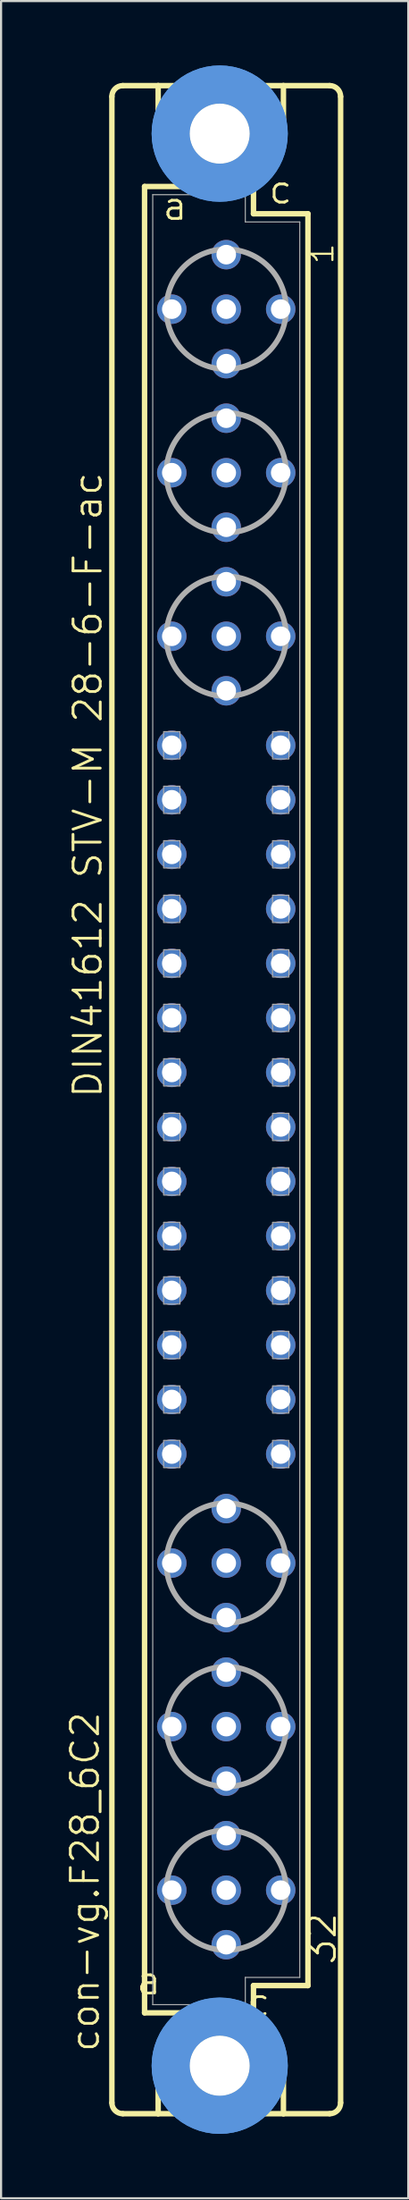
<source format=kicad_pcb>
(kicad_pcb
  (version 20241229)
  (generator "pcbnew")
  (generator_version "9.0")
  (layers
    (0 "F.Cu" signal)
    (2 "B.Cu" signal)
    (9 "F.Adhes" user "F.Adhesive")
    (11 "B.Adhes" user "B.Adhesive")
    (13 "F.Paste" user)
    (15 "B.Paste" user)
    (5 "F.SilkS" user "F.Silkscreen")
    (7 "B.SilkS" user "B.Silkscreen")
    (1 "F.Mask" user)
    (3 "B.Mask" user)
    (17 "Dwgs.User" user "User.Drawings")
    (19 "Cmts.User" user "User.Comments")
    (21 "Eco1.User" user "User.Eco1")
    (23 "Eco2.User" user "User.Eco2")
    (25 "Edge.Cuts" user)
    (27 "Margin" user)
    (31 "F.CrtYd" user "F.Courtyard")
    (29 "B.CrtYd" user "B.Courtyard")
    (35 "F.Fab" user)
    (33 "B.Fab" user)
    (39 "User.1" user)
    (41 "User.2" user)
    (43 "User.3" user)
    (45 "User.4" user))
  (footprint "con-vg.F28_6C2"
    (layer "F.Cu")
    (at 7.502 48.184)
    (property "Reference" "con-vg.F28_6C2" (at -5.842 44.45 90) (layer "F.SilkS") (effects (font (size 1.27 1.27) (thickness 0.13)) (justify left bottom)))
    (attr through_hole)
    (fp_line (start -5.334 46.736) (end -5.334 -46.736) (stroke (width 0.254) (type default)) (layer "F.SilkS"))
    (fp_line (start -4.826 -47.244) (end -3.175 -47.244) (stroke (width 0.254) (type default)) (layer "F.SilkS"))
    (fp_line (start -4.826 47.244) (end -3.175 47.244) (stroke (width 0.254) (type default)) (layer "F.SilkS"))
    (fp_line (start -3.81 -42.545) (end -3.81 42.545) (stroke (width 0.254) (type default)) (layer "F.SilkS"))
    (fp_line (start -3.81 42.545) (end -1.651 42.545) (stroke (width 0.254) (type default)) (layer "F.SilkS"))
    (fp_line (start -3.175 -47.244) (end -3.175 -44.45) (stroke (width 0.254) (type default)) (layer "F.SilkS"))
    (fp_line (start -3.175 47.244) (end -3.175 44.45) (stroke (width 0.254) (type default)) (layer "F.SilkS"))
    (fp_line (start -3.175 47.244) (end 2.667 47.244) (stroke (width 0.254) (type default)) (layer "F.SilkS"))
    (fp_line (start -1.651 -42.545) (end -3.81 -42.545) (stroke (width 0.254) (type default)) (layer "F.SilkS"))
    (fp_line (start -1.651 -42.545) (end -3.175 -44.45) (stroke (width 0.254) (type default)) (layer "F.SilkS"))
    (fp_line (start -1.651 42.545) (end -3.175 44.45) (stroke (width 0.254) (type default)) (layer "F.SilkS"))
    (fp_line (start -1.651 42.545) (end 1.143 42.545) (stroke (width 0.254) (type default)) (layer "F.SilkS"))
    (fp_line (start 1.143 -42.545) (end -1.651 -42.545) (stroke (width 0.254) (type default)) (layer "F.SilkS"))
    (fp_line (start 1.143 -42.545) (end 2.667 -44.45) (stroke (width 0.254) (type default)) (layer "F.SilkS"))
    (fp_line (start 1.143 42.545) (end 1.27 42.545) (stroke (width 0.254) (type default)) (layer "F.SilkS"))
    (fp_line (start 1.143 42.545) (end 2.667 44.45) (stroke (width 0.254) (type default)) (layer "F.SilkS"))
    (fp_line (start 1.27 -42.545) (end 1.143 -42.545) (stroke (width 0.254) (type default)) (layer "F.SilkS"))
    (fp_line (start 1.27 -41.275) (end 1.27 -42.545) (stroke (width 0.254) (type default)) (layer "F.SilkS"))
    (fp_line (start 1.27 41.275) (end 3.81 41.275) (stroke (width 0.254) (type default)) (layer "F.SilkS"))
    (fp_line (start 1.27 42.545) (end 1.27 41.275) (stroke (width 0.254) (type default)) (layer "F.SilkS"))
    (fp_line (start 2.667 -47.244) (end -3.175 -47.244) (stroke (width 0.254) (type default)) (layer "F.SilkS"))
    (fp_line (start 2.667 -47.244) (end 2.667 -44.45) (stroke (width 0.254) (type default)) (layer "F.SilkS"))
    (fp_line (start 2.667 47.244) (end 2.667 44.45) (stroke (width 0.254) (type default)) (layer "F.SilkS"))
    (fp_line (start 2.667 47.244) (end 4.826 47.244) (stroke (width 0.254) (type default)) (layer "F.SilkS"))
    (fp_line (start 3.81 -41.275) (end 1.27 -41.275) (stroke (width 0.254) (type default)) (layer "F.SilkS"))
    (fp_line (start 3.81 41.275) (end 3.81 -41.275) (stroke (width 0.254) (type default)) (layer "F.SilkS"))
    (fp_line (start 4.826 -47.244) (end 2.667 -47.244) (stroke (width 0.254) (type default)) (layer "F.SilkS"))
    (fp_line (start 5.334 46.736) (end 5.334 -46.736) (stroke (width 0.254) (type default)) (layer "F.SilkS"))
    (fp_arc (start -5.334 -46.736) (mid -5.18521 -47.09521) (end -4.826 -47.244) (stroke (width 0.254) (type default)) (layer "F.SilkS"))
    (fp_arc (start -4.826 47.244) (mid -5.18521 47.09521) (end -5.334 46.736) (stroke (width 0.254) (type default)) (layer "F.SilkS"))
    (fp_arc (start 4.826 -47.244) (mid 5.18521 -47.09521) (end 5.334 -46.736) (stroke (width 0.254) (type default)) (layer "F.SilkS"))
    (fp_arc (start 5.334 46.736) (mid 5.18521 47.09521) (end 4.826 47.244) (stroke (width 0.254) (type default)) (layer "F.SilkS"))
    (fp_circle (center -0.305 -45.009) (end 0.965 -45.009) (stroke (width 0.254) (type default)) (fill no) (layer "F.SilkS"))
    (fp_circle (center -0.305 45.009) (end 0.965 45.009) (stroke (width 0.254) (type default)) (fill no) (layer "F.SilkS"))
    (fp_circle (center -0.305 -45.009) (end 1.981 -45.009) (stroke (width 1.778) (type default)) (fill no) (layer "Cmts.User"))
    (fp_circle (center -0.305 -45.009) (end 1.981 -45.009) (stroke (width 1.778) (type default)) (fill no) (layer "Cmts.User"))
    (fp_circle (center -0.305 45.009) (end 1.981 45.009) (stroke (width 1.778) (type default)) (fill no) (layer "Cmts.User"))
    (fp_circle (center -0.305 45.009) (end 1.981 45.009) (stroke (width 1.778) (type default)) (fill no) (layer "Cmts.User"))
    (fp_line (start -3.429 -42.164) (end -3.429 42.164) (stroke (width 0.051) (type default)) (layer "F.Fab"))
    (fp_line (start -3.429 -42.164) (end 0.889 -42.164) (stroke (width 0.051) (type default)) (layer "F.Fab"))
    (fp_line (start -3.429 42.164) (end 0.889 42.164) (stroke (width 0.051) (type default)) (layer "F.Fab"))
    (fp_line (start 0.889 -42.164) (end 0.889 -40.894) (stroke (width 0.051) (type default)) (layer "F.Fab"))
    (fp_line (start 0.889 -40.894) (end 3.429 -40.894) (stroke (width 0.051) (type default)) (layer "F.Fab"))
    (fp_line (start 0.889 40.894) (end 3.429 40.894) (stroke (width 0.051) (type default)) (layer "F.Fab"))
    (fp_line (start 0.889 42.164) (end 0.889 40.894) (stroke (width 0.051) (type default)) (layer "F.Fab"))
    (fp_line (start 3.429 -40.894) (end 3.429 40.894) (stroke (width 0.051) (type default)) (layer "F.Fab"))
    (fp_rect (start -2.921 -15.875) (end -2.159 -17.145) (stroke (width 0.05) (type default)) (fill no) (layer "F.Fab"))
    (fp_rect (start -2.921 -13.335) (end -2.159 -14.605) (stroke (width 0.05) (type default)) (fill no) (layer "F.Fab"))
    (fp_rect (start -2.921 -10.795) (end -2.159 -12.065) (stroke (width 0.05) (type default)) (fill no) (layer "F.Fab"))
    (fp_rect (start -2.921 -8.255) (end -2.159 -9.525) (stroke (width 0.05) (type default)) (fill no) (layer "F.Fab"))
    (fp_rect (start -2.921 -5.715) (end -2.159 -6.985) (stroke (width 0.05) (type default)) (fill no) (layer "F.Fab"))
    (fp_rect (start -2.921 -3.175) (end -2.159 -4.445) (stroke (width 0.05) (type default)) (fill no) (layer "F.Fab"))
    (fp_rect (start -2.921 -0.635) (end -2.159 -1.905) (stroke (width 0.05) (type default)) (fill no) (layer "F.Fab"))
    (fp_rect (start -2.921 1.905) (end -2.159 0.635) (stroke (width 0.05) (type default)) (fill no) (layer "F.Fab"))
    (fp_rect (start -2.921 4.445) (end -2.159 3.175) (stroke (width 0.05) (type default)) (fill no) (layer "F.Fab"))
    (fp_rect (start -2.921 6.985) (end -2.159 5.715) (stroke (width 0.05) (type default)) (fill no) (layer "F.Fab"))
    (fp_rect (start -2.921 9.525) (end -2.159 8.255) (stroke (width 0.05) (type default)) (fill no) (layer "F.Fab"))
    (fp_rect (start -2.921 12.065) (end -2.159 10.795) (stroke (width 0.05) (type default)) (fill no) (layer "F.Fab"))
    (fp_rect (start -2.921 14.605) (end -2.159 13.335) (stroke (width 0.05) (type default)) (fill no) (layer "F.Fab"))
    (fp_rect (start -2.921 17.145) (end -2.159 15.875) (stroke (width 0.05) (type default)) (fill no) (layer "F.Fab"))
    (fp_rect (start 2.159 -15.875) (end 2.921 -17.145) (stroke (width 0.05) (type default)) (fill no) (layer "F.Fab"))
    (fp_rect (start 2.159 -13.335) (end 2.921 -14.605) (stroke (width 0.05) (type default)) (fill no) (layer "F.Fab"))
    (fp_rect (start 2.159 -10.795) (end 2.921 -12.065) (stroke (width 0.05) (type default)) (fill no) (layer "F.Fab"))
    (fp_rect (start 2.159 -8.255) (end 2.921 -9.525) (stroke (width 0.05) (type default)) (fill no) (layer "F.Fab"))
    (fp_rect (start 2.159 -5.715) (end 2.921 -6.985) (stroke (width 0.05) (type default)) (fill no) (layer "F.Fab"))
    (fp_rect (start 2.159 -3.175) (end 2.921 -4.445) (stroke (width 0.05) (type default)) (fill no) (layer "F.Fab"))
    (fp_rect (start 2.159 -0.635) (end 2.921 -1.905) (stroke (width 0.05) (type default)) (fill no) (layer "F.Fab"))
    (fp_rect (start 2.159 1.905) (end 2.921 0.635) (stroke (width 0.05) (type default)) (fill no) (layer "F.Fab"))
    (fp_rect (start 2.159 4.445) (end 2.921 3.175) (stroke (width 0.05) (type default)) (fill no) (layer "F.Fab"))
    (fp_rect (start 2.159 6.985) (end 2.921 5.715) (stroke (width 0.05) (type default)) (fill no) (layer "F.Fab"))
    (fp_rect (start 2.159 9.525) (end 2.921 8.255) (stroke (width 0.05) (type default)) (fill no) (layer "F.Fab"))
    (fp_rect (start 2.159 12.065) (end 2.921 10.795) (stroke (width 0.05) (type default)) (fill no) (layer "F.Fab"))
    (fp_rect (start 2.159 14.605) (end 2.921 13.335) (stroke (width 0.05) (type default)) (fill no) (layer "F.Fab"))
    (fp_rect (start 2.159 17.145) (end 2.921 15.875) (stroke (width 0.05) (type default)) (fill no) (layer "F.Fab"))
    (fp_circle (center 0 -36.83) (end 2.794 -36.83) (stroke (width 0.254) (type default)) (fill no) (layer "F.Fab"))
    (fp_circle (center 0 -29.21) (end 2.794 -29.21) (stroke (width 0.254) (type default)) (fill no) (layer "F.Fab"))
    (fp_circle (center 0 -21.59) (end 2.794 -21.59) (stroke (width 0.254) (type default)) (fill no) (layer "F.Fab"))
    (fp_circle (center 0 21.59) (end 2.794 21.59) (stroke (width 0.254) (type default)) (fill no) (layer "F.Fab"))
    (fp_circle (center 0 29.21) (end 2.794 29.21) (stroke (width 0.254) (type default)) (fill no) (layer "F.Fab"))
    (fp_circle (center 0 36.83) (end 2.794 36.83) (stroke (width 0.254) (type default)) (fill no) (layer "F.Fab"))
    (fp_text user "a" (at -3.048 -40.894 0) (layer "F.SilkS") (effects (font (size 1.27 1.27) (thickness 0.13)) (justify left bottom)))
    (fp_text user "a " (at -4.275 41.783 0) (layer "F.SilkS") (effects (font (size 1.27 1.27) (thickness 0.13)) (justify left bottom)))
    (fp_text user "c " (at 0.878 42.799 0) (layer "F.SilkS") (effects (font (size 1.27 1.27) (thickness 0.13)) (justify left bottom)))
    (fp_text user "DIN41612 STV-M 28-6-F-ac" (at -5.715 0 90) (layer "F.SilkS") (effects (font (size 1.27 1.27) (thickness 0.13)) (justify left bottom)))
    (fp_text user "c" (at 1.905 -41.656 0) (layer "F.SilkS") (effects (font (size 1.27 1.27) (thickness 0.13)) (justify left bottom)))
    (fp_text user "1" (at 5.08 -38.862 90) (layer "F.SilkS") (effects (font (size 1.016 1.016) (thickness 0.1)) (justify left bottom)))
    (fp_text user "32" (at 5.207 40.386 90) (layer "F.SilkS") (effects (font (size 1.27 1.27) (thickness 0.13)) (justify left bottom)))
    (pad "" np_thru_hole circle (at -0.305 -45.009) (size 2.794 2.794) (drill 2.794) (layers "*.Cu" "*.Mask"))
    (pad "" np_thru_hole circle (at -0.305 45.009) (size 2.794 2.794) (drill 2.794) (layers "*.Cu" "*.Mask"))
    (pad "A2" thru_hole circle (at -2.54 -36.83) (size 1.372 1.372) (drill 0.914) (layers "*.Cu" "*.Mask"))
    (pad "A5" thru_hole circle (at -2.54 -29.21) (size 1.372 1.372) (drill 0.914) (layers "*.Cu" "*.Mask"))
    (pad "A8" thru_hole circle (at -2.54 -21.59) (size 1.372 1.372) (drill 0.914) (layers "*.Cu" "*.Mask"))
    (pad "A10" thru_hole circle (at -2.54 -16.51) (size 1.372 1.372) (drill 0.914) (layers "*.Cu" "*.Mask"))
    (pad "A11" thru_hole circle (at -2.54 -13.97) (size 1.372 1.372) (drill 0.914) (layers "*.Cu" "*.Mask"))
    (pad "A12" thru_hole circle (at -2.54 -11.43) (size 1.372 1.372) (drill 0.914) (layers "*.Cu" "*.Mask"))
    (pad "A13" thru_hole circle (at -2.54 -8.89) (size 1.372 1.372) (drill 0.914) (layers "*.Cu" "*.Mask"))
    (pad "A14" thru_hole circle (at -2.54 -6.35) (size 1.372 1.372) (drill 0.914) (layers "*.Cu" "*.Mask"))
    (pad "A15" thru_hole circle (at -2.54 -3.81) (size 1.372 1.372) (drill 0.914) (layers "*.Cu" "*.Mask"))
    (pad "A16" thru_hole circle (at -2.54 -1.27) (size 1.372 1.372) (drill 0.914) (layers "*.Cu" "*.Mask"))
    (pad "A17" thru_hole circle (at -2.54 1.27) (size 1.372 1.372) (drill 0.914) (layers "*.Cu" "*.Mask"))
    (pad "A18" thru_hole circle (at -2.54 3.81) (size 1.372 1.372) (drill 0.914) (layers "*.Cu" "*.Mask"))
    (pad "A19" thru_hole circle (at -2.54 6.35) (size 1.372 1.372) (drill 0.914) (layers "*.Cu" "*.Mask"))
    (pad "A20" thru_hole circle (at -2.54 8.89) (size 1.372 1.372) (drill 0.914) (layers "*.Cu" "*.Mask"))
    (pad "A21" thru_hole circle (at -2.54 11.43) (size 1.372 1.372) (drill 0.914) (layers "*.Cu" "*.Mask"))
    (pad "A22" thru_hole circle (at -2.54 13.97) (size 1.372 1.372) (drill 0.914) (layers "*.Cu" "*.Mask"))
    (pad "A23" thru_hole circle (at -2.54 16.51) (size 1.372 1.372) (drill 0.914) (layers "*.Cu" "*.Mask"))
    (pad "A25" thru_hole circle (at -2.54 21.59) (size 1.372 1.372) (drill 0.914) (layers "*.Cu" "*.Mask"))
    (pad "A28" thru_hole circle (at -2.54 29.21) (size 1.372 1.372) (drill 0.914) (layers "*.Cu" "*.Mask"))
    (pad "A31" thru_hole circle (at -2.54 36.83) (size 1.372 1.372) (drill 0.914) (layers "*.Cu" "*.Mask"))
    (pad "B1" thru_hole circle (at 0 -39.37) (size 1.372 1.372) (drill 0.914) (layers "*.Cu" "*.Mask"))
    (pad "B2" thru_hole circle (at 0 -36.83) (size 1.372 1.372) (drill 0.914) (layers "*.Cu" "*.Mask"))
    (pad "B3" thru_hole circle (at 0 -34.29) (size 1.372 1.372) (drill 0.914) (layers "*.Cu" "*.Mask"))
    (pad "B4" thru_hole circle (at 0 -31.75) (size 1.372 1.372) (drill 0.914) (layers "*.Cu" "*.Mask"))
    (pad "B5" thru_hole circle (at 0 -29.21) (size 1.372 1.372) (drill 0.914) (layers "*.Cu" "*.Mask"))
    (pad "B6" thru_hole circle (at 0 -26.67) (size 1.372 1.372) (drill 0.914) (layers "*.Cu" "*.Mask"))
    (pad "B7" thru_hole circle (at 0 -24.13) (size 1.372 1.372) (drill 0.914) (layers "*.Cu" "*.Mask"))
    (pad "B8" thru_hole circle (at 0 -21.59) (size 1.372 1.372) (drill 0.914) (layers "*.Cu" "*.Mask"))
    (pad "B9" thru_hole circle (at 0 -19.05) (size 1.372 1.372) (drill 0.914) (layers "*.Cu" "*.Mask"))
    (pad "B24" thru_hole circle (at 0 19.05) (size 1.372 1.372) (drill 0.914) (layers "*.Cu" "*.Mask"))
    (pad "B25" thru_hole circle (at 0 21.59) (size 1.372 1.372) (drill 0.914) (layers "*.Cu" "*.Mask"))
    (pad "B26" thru_hole circle (at 0 24.13) (size 1.372 1.372) (drill 0.914) (layers "*.Cu" "*.Mask"))
    (pad "B27" thru_hole circle (at 0 26.67) (size 1.372 1.372) (drill 0.914) (layers "*.Cu" "*.Mask"))
    (pad "B28" thru_hole circle (at 0 29.21) (size 1.372 1.372) (drill 0.914) (layers "*.Cu" "*.Mask"))
    (pad "B29" thru_hole circle (at 0 31.75) (size 1.372 1.372) (drill 0.914) (layers "*.Cu" "*.Mask"))
    (pad "B30" thru_hole circle (at 0 34.29) (size 1.372 1.372) (drill 0.914) (layers "*.Cu" "*.Mask"))
    (pad "B31" thru_hole circle (at 0 36.83) (size 1.372 1.372) (drill 0.914) (layers "*.Cu" "*.Mask"))
    (pad "B32" thru_hole circle (at 0 39.37) (size 1.372 1.372) (drill 0.914) (layers "*.Cu" "*.Mask"))
    (pad "C2" thru_hole circle (at 2.54 -36.83) (size 1.372 1.372) (drill 0.914) (layers "*.Cu" "*.Mask"))
    (pad "C5" thru_hole circle (at 2.54 -29.21) (size 1.372 1.372) (drill 0.914) (layers "*.Cu" "*.Mask"))
    (pad "C8" thru_hole circle (at 2.54 -21.59) (size 1.372 1.372) (drill 0.914) (layers "*.Cu" "*.Mask"))
    (pad "C10" thru_hole circle (at 2.54 -16.51) (size 1.372 1.372) (drill 0.914) (layers "*.Cu" "*.Mask"))
    (pad "C11" thru_hole circle (at 2.54 -13.97) (size 1.372 1.372) (drill 0.914) (layers "*.Cu" "*.Mask"))
    (pad "C12" thru_hole circle (at 2.54 -11.43) (size 1.372 1.372) (drill 0.914) (layers "*.Cu" "*.Mask"))
    (pad "C13" thru_hole circle (at 2.54 -8.89) (size 1.372 1.372) (drill 0.914) (layers "*.Cu" "*.Mask"))
    (pad "C14" thru_hole circle (at 2.54 -6.35) (size 1.372 1.372) (drill 0.914) (layers "*.Cu" "*.Mask"))
    (pad "C15" thru_hole circle (at 2.54 -3.81) (size 1.372 1.372) (drill 0.914) (layers "*.Cu" "*.Mask"))
    (pad "C16" thru_hole circle (at 2.54 -1.27) (size 1.372 1.372) (drill 0.914) (layers "*.Cu" "*.Mask"))
    (pad "C17" thru_hole circle (at 2.54 1.27) (size 1.372 1.372) (drill 0.914) (layers "*.Cu" "*.Mask"))
    (pad "C18" thru_hole circle (at 2.54 3.81) (size 1.372 1.372) (drill 0.914) (layers "*.Cu" "*.Mask"))
    (pad "C19" thru_hole circle (at 2.54 6.35) (size 1.372 1.372) (drill 0.914) (layers "*.Cu" "*.Mask"))
    (pad "C20" thru_hole circle (at 2.54 8.89) (size 1.372 1.372) (drill 0.914) (layers "*.Cu" "*.Mask"))
    (pad "C21" thru_hole circle (at 2.54 11.43) (size 1.372 1.372) (drill 0.914) (layers "*.Cu" "*.Mask"))
    (pad "C22" thru_hole circle (at 2.54 13.97) (size 1.372 1.372) (drill 0.914) (layers "*.Cu" "*.Mask"))
    (pad "C23" thru_hole circle (at 2.54 16.51) (size 1.372 1.372) (drill 0.914) (layers "*.Cu" "*.Mask"))
    (pad "C25" thru_hole circle (at 2.54 21.59) (size 1.372 1.372) (drill 0.914) (layers "*.Cu" "*.Mask"))
    (pad "C28" thru_hole circle (at 2.54 29.21) (size 1.372 1.372) (drill 0.914) (layers "*.Cu" "*.Mask"))
    (pad "C31" thru_hole circle (at 2.54 36.83) (size 1.372 1.372) (drill 0.914) (layers "*.Cu" "*.Mask")))
  (gr_rect
    (start -3 -3)
    (end 15.991 99.368)
    (stroke (width 0.1) (type default))
    (fill no)
    (layer "Edge.Cuts")))
</source>
